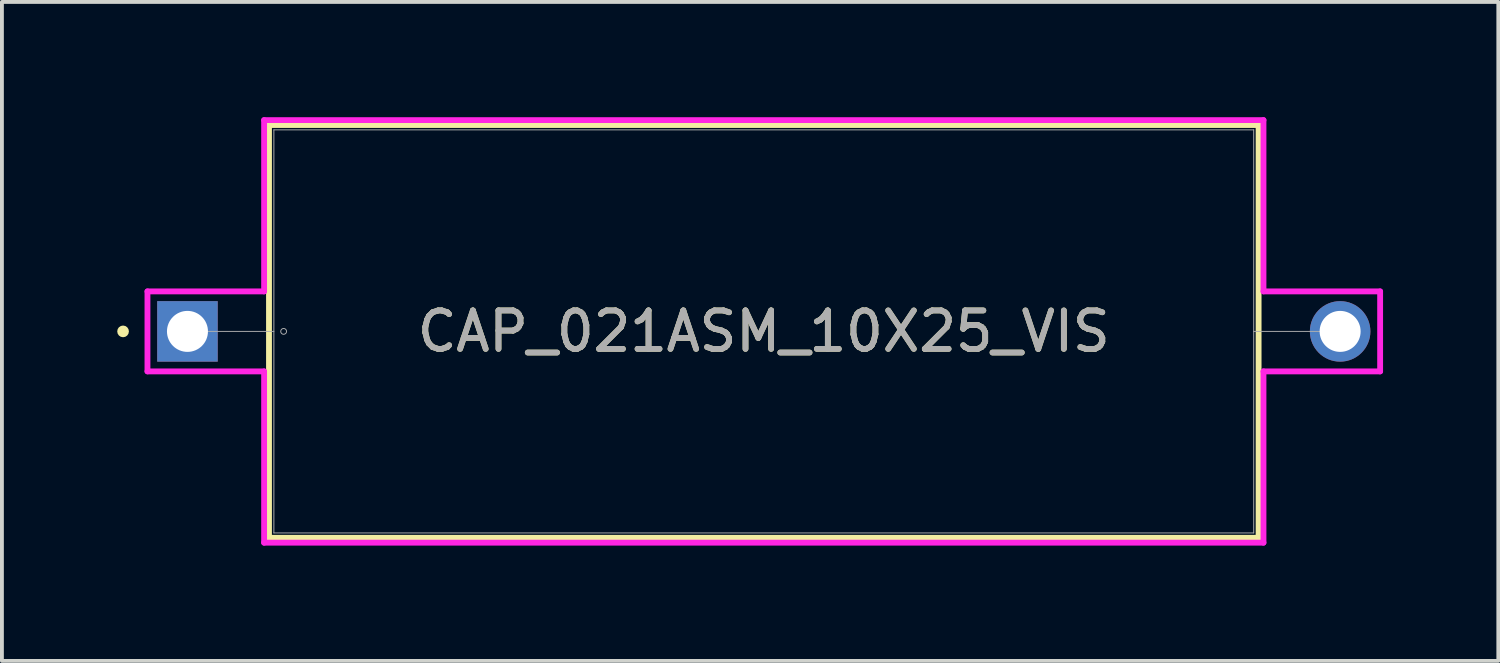
<source format=kicad_pcb>
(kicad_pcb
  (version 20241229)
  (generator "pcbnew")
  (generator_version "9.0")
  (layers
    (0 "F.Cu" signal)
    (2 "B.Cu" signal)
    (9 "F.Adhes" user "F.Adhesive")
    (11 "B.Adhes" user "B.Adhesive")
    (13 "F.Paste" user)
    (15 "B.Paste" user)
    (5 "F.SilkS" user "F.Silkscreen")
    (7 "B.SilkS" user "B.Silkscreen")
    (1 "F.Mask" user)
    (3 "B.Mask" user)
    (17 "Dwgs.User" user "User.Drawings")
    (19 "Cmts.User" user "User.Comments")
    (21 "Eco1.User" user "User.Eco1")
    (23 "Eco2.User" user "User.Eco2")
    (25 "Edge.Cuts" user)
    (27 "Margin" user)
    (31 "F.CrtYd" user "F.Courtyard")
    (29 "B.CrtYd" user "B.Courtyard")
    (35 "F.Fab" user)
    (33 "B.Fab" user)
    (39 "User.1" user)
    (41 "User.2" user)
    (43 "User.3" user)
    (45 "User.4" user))
  (footprint "CAP_021ASM_10X25_VIS"
    (layer "F.Cu")
    (at 1.829 5.575)
    (property "Reference" "CAP_021ASM_10X25_VIS" (at 15 0 0) (unlocked yes) (layer "F.SilkS") (effects (font (size 1 1) (thickness 0.15))))
    (attr through_hole)
    (fp_line (start 2.122 -5.372) (end 2.122 5.372) (stroke (width 0.152) (type solid)) (layer "F.SilkS"))
    (fp_line (start 2.122 5.372) (end 27.878 5.372) (stroke (width 0.152) (type solid)) (layer "F.SilkS"))
    (fp_line (start 27.878 -5.372) (end 2.122 -5.372) (stroke (width 0.152) (type solid)) (layer "F.SilkS"))
    (fp_line (start 27.878 5.372) (end 27.878 -5.372) (stroke (width 0.152) (type solid)) (layer "F.SilkS"))
    (fp_circle (center -1.676 0) (end -1.6 0) (stroke (width 0.152) (type solid)) (fill no) (layer "F.SilkS"))
    (fp_line (start -1.041 -1.041) (end 1.995 -1.041) (stroke (width 0.152) (type solid)) (layer "F.CrtYd"))
    (fp_line (start -1.041 1.041) (end -1.041 -1.041) (stroke (width 0.152) (type solid)) (layer "F.CrtYd"))
    (fp_line (start 1.995 -5.499) (end 28.005 -5.499) (stroke (width 0.152) (type solid)) (layer "F.CrtYd"))
    (fp_line (start 1.995 -1.041) (end 1.995 -5.499) (stroke (width 0.152) (type solid)) (layer "F.CrtYd"))
    (fp_line (start 1.995 1.041) (end -1.041 1.041) (stroke (width 0.152) (type solid)) (layer "F.CrtYd"))
    (fp_line (start 1.995 5.499) (end 1.995 1.041) (stroke (width 0.152) (type solid)) (layer "F.CrtYd"))
    (fp_line (start 1.995 5.499) (end 28.005 5.499) (stroke (width 0.152) (type solid)) (layer "F.CrtYd"))
    (fp_line (start 28.005 -5.499) (end 28.005 -1.041) (stroke (width 0.152) (type solid)) (layer "F.CrtYd"))
    (fp_line (start 28.005 -1.041) (end 31.041 -1.041) (stroke (width 0.152) (type solid)) (layer "F.CrtYd"))
    (fp_line (start 28.005 1.041) (end 28.005 5.499) (stroke (width 0.152) (type solid)) (layer "F.CrtYd"))
    (fp_line (start 31.041 -1.041) (end 31.041 1.041) (stroke (width 0.152) (type solid)) (layer "F.CrtYd"))
    (fp_line (start 31.041 1.041) (end 28.005 1.041) (stroke (width 0.152) (type solid)) (layer "F.CrtYd"))
    (fp_line (start 0 0) (end 2.249 0) (stroke (width 0.025) (type solid)) (layer "F.Fab"))
    (fp_line (start 2.249 -5.245) (end 2.249 5.245) (stroke (width 0.025) (type solid)) (layer "F.Fab"))
    (fp_line (start 2.249 5.245) (end 27.751 5.245) (stroke (width 0.025) (type solid)) (layer "F.Fab"))
    (fp_line (start 27.751 -5.245) (end 2.249 -5.245) (stroke (width 0.025) (type solid)) (layer "F.Fab"))
    (fp_line (start 27.751 5.245) (end 27.751 -5.245) (stroke (width 0.025) (type solid)) (layer "F.Fab"))
    (fp_line (start 30 0) (end 27.751 0) (stroke (width 0.025) (type solid)) (layer "F.Fab"))
    (fp_circle (center 2.503 0) (end 2.579 0) (stroke (width 0.025) (type solid)) (fill no) (layer "F.Fab"))
    (fp_text user "${REFERENCE}" (at 15 0 0) (unlocked yes) (layer "F.Fab") (effects (font (size 1 1) (thickness 0.15))))
    (pad "1" thru_hole rect (at 0 0) (size 1.575 1.575) (drill 1.067) (layers "*.Cu" "*.Mask"))
    (pad "2" thru_hole circle (at 30 0) (size 1.575 1.575) (drill 1.067) (layers "*.Cu" "*.Mask")))
  (gr_rect
    (start -3 -3)
    (end 35.946 14.151)
    (stroke (width 0.1) (type default))
    (fill no)
    (layer "Edge.Cuts")))
</source>
